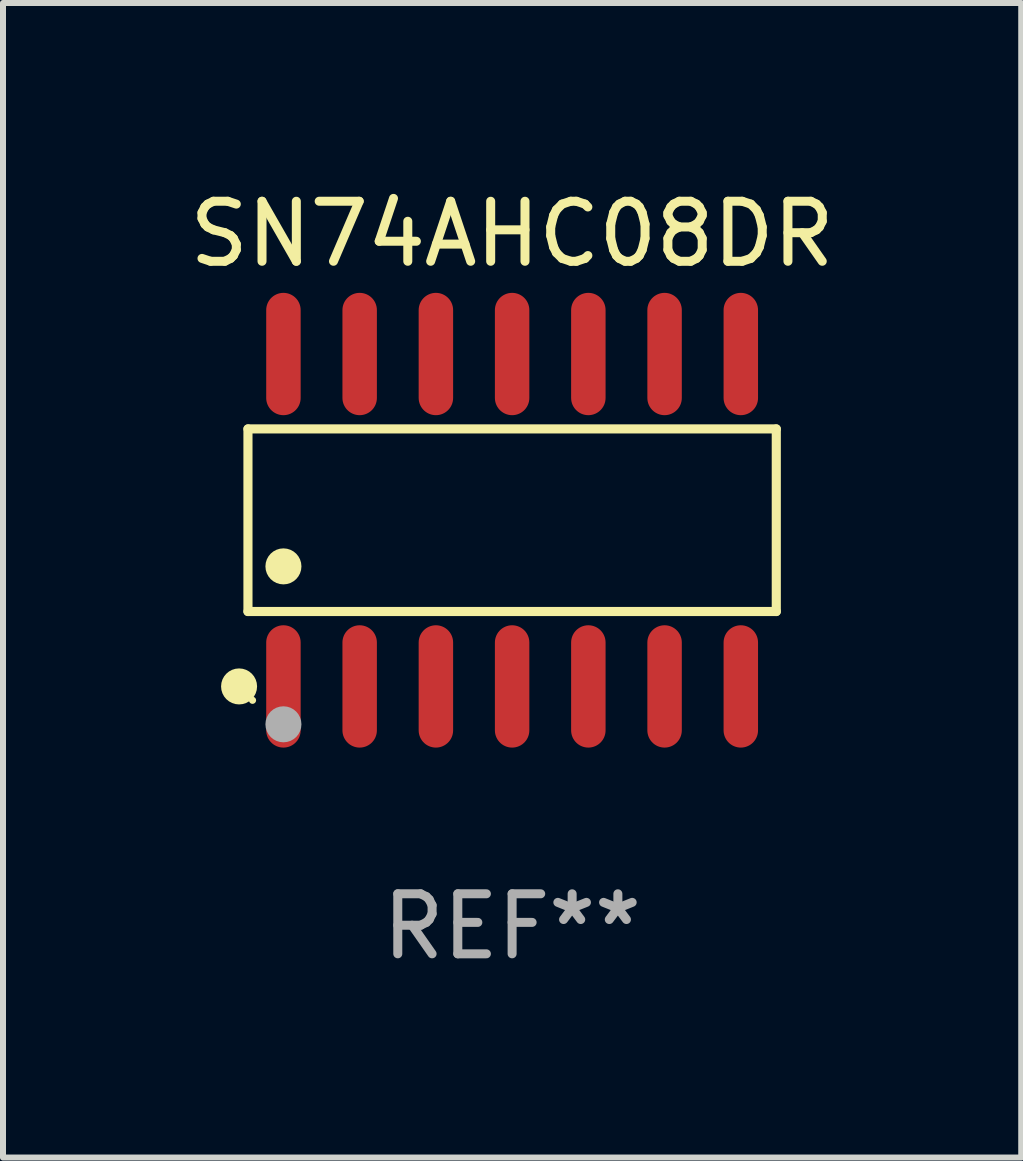
<source format=kicad_pcb>
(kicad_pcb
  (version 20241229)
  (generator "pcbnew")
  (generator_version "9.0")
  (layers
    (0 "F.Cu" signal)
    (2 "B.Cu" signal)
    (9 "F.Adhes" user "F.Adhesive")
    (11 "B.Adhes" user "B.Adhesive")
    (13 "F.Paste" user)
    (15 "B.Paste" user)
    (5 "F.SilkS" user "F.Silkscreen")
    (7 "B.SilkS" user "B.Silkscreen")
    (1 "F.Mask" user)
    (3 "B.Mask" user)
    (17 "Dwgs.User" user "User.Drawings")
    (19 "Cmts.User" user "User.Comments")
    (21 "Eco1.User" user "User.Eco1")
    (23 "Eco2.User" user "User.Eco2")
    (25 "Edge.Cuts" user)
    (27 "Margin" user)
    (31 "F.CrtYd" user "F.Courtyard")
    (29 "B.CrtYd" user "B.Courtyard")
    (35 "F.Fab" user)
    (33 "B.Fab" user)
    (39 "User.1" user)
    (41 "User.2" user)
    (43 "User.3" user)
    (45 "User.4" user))
  (footprint "SN74AHC08DR"
    (layer "F.Cu")
    (at 5.482 5.617)
    (property "Reference" "SN74AHC08DR" (at 0 -4.769 0) (layer "F.SilkS") (effects (font (size 1 1) (thickness 0.15))))
    (attr through_hole)
    (fp_line (start -4.401 -1.521) (end 4.401 -1.521) (stroke (width 0.152) (type solid)) (layer "F.SilkS"))
    (fp_line (start -4.401 1.521) (end -4.401 -1.521) (stroke (width 0.152) (type solid)) (layer "F.SilkS"))
    (fp_line (start 4.401 -1.521) (end 4.401 1.521) (stroke (width 0.152) (type solid)) (layer "F.SilkS"))
    (fp_line (start 4.401 1.521) (end -4.401 1.521) (stroke (width 0.152) (type solid)) (layer "F.SilkS"))
    (fp_circle (center -4.549 2.769) (end -4.399 2.769) (stroke (width 0.3) (type solid)) (fill no) (layer "F.SilkS"))
    (fp_circle (center -4.325 3) (end -4.295 3) (stroke (width 0.06) (type solid)) (fill no) (layer "F.SilkS"))
    (fp_circle (center -3.81 0.769) (end -3.66 0.769) (stroke (width 0.3) (type solid)) (fill no) (layer "F.SilkS"))
    (fp_circle (center -3.81 3.4) (end -3.66 3.4) (stroke (width 0.3) (type solid)) (fill no) (layer "F.Fab"))
    (fp_text user "REF**" (at 0 6.769 0) (layer "F.Fab") (effects (font (size 1 1) (thickness 0.15))))
    (pad "1" smd oval (at -3.81 2.769) (size 0.574 2.038) (layers "F.Cu" "F.Mask" "F.Paste"))
    (pad "2" smd oval (at -2.54 2.769) (size 0.574 2.038) (layers "F.Cu" "F.Mask" "F.Paste"))
    (pad "3" smd oval (at -1.27 2.769) (size 0.574 2.038) (layers "F.Cu" "F.Mask" "F.Paste"))
    (pad "4" smd oval (at 0 2.769) (size 0.574 2.038) (layers "F.Cu" "F.Mask" "F.Paste"))
    (pad "5" smd oval (at 1.27 2.769) (size 0.574 2.038) (layers "F.Cu" "F.Mask" "F.Paste"))
    (pad "6" smd oval (at 2.54 2.769) (size 0.574 2.038) (layers "F.Cu" "F.Mask" "F.Paste"))
    (pad "7" smd oval (at 3.81 2.769) (size 0.574 2.038) (layers "F.Cu" "F.Mask" "F.Paste"))
    (pad "8" smd oval (at 3.81 -2.769) (size 0.574 2.038) (layers "F.Cu" "F.Mask" "F.Paste"))
    (pad "9" smd oval (at 2.54 -2.769) (size 0.574 2.038) (layers "F.Cu" "F.Mask" "F.Paste"))
    (pad "10" smd oval (at 1.27 -2.769) (size 0.574 2.038) (layers "F.Cu" "F.Mask" "F.Paste"))
    (pad "11" smd oval (at 0 -2.769) (size 0.574 2.038) (layers "F.Cu" "F.Mask" "F.Paste"))
    (pad "12" smd oval (at -1.27 -2.769) (size 0.574 2.038) (layers "F.Cu" "F.Mask" "F.Paste"))
    (pad "13" smd oval (at -2.54 -2.769) (size 0.574 2.038) (layers "F.Cu" "F.Mask" "F.Paste"))
    (pad "14" smd oval (at -3.81 -2.769) (size 0.574 2.038) (layers "F.Cu" "F.Mask" "F.Paste")))
  (gr_rect
    (start -3 -3)
    (end 13.964 16.235)
    (stroke (width 0.1) (type default))
    (fill no)
    (layer "Edge.Cuts")))
</source>
